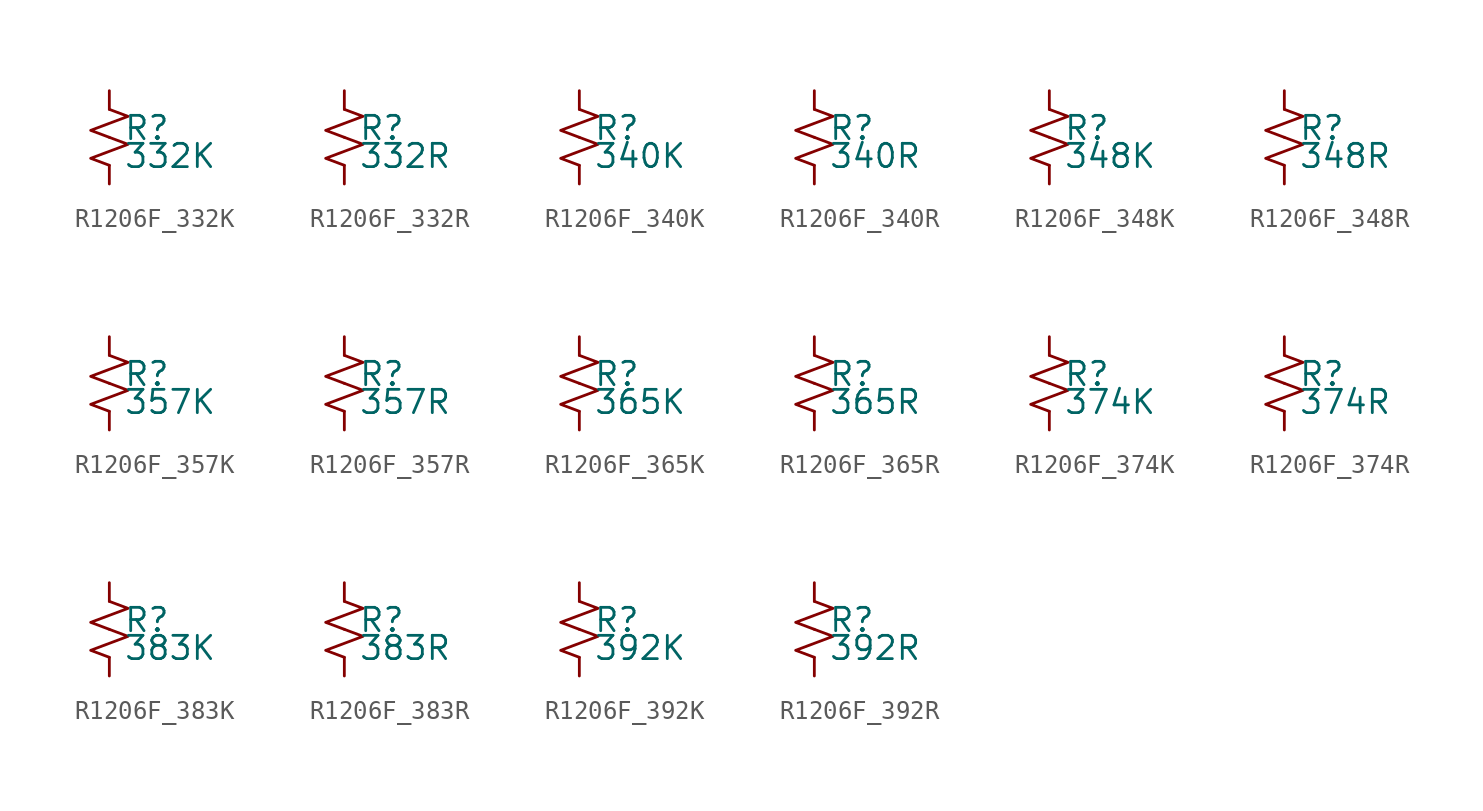
<source format=kicad_sym>
(kicad_symbol_lib
  (version 20220914)
  (generator kicad_symbol_editor)
  (symbol "R1206F_332K"
    (pin_numbers hide)
    (pin_names
      (offset 0.254) hide)
    (property "Reference" "R"
      (at 0.762 0.508 0)
      (effects (font (size 1.27 1.27)) (justify left)))
    (property "Value" "332K"
      (at 0.762 -1.016 0)
      (effects (font (size 1.27 1.27)) (justify left)))
    (symbol "R1206F_332K_1_1"
      (polyline (pts (xy 0 0) (xy 1.016 -0.381) (xy 0 -0.762) (xy -1.016 -1.143) (xy 0 -1.524)) (stroke (width 0) (type default)) (fill (type none)))
      (polyline (pts (xy 0 1.524) (xy 1.016 1.143) (xy 0 0.762) (xy -1.016 0.381) (xy 0 0)) (stroke (width 0) (type default)) (fill (type none)))
      (pin passive line (at 0 2.54 270) (length 1.016) (name "~" (effects (font (size 1.27 1.27)))) (number "1" (effects (font (size 1.27 1.27)))))
      (pin passive line (at 0 -2.54 90) (length 1.016) (name "~" (effects (font (size 1.27 1.27)))) (number "2" (effects (font (size 1.27 1.27)))))))
  (symbol "R1206F_332R"
    (pin_numbers hide)
    (pin_names
      (offset 0.254) hide)
    (property "Reference" "R"
      (at 0.762 0.508 0)
      (effects (font (size 1.27 1.27)) (justify left)))
    (property "Value" "332R"
      (at 0.762 -1.016 0)
      (effects (font (size 1.27 1.27)) (justify left)))
    (symbol "R1206F_332R_1_1"
      (polyline (pts (xy 0 0) (xy 1.016 -0.381) (xy 0 -0.762) (xy -1.016 -1.143) (xy 0 -1.524)) (stroke (width 0) (type default)) (fill (type none)))
      (polyline (pts (xy 0 1.524) (xy 1.016 1.143) (xy 0 0.762) (xy -1.016 0.381) (xy 0 0)) (stroke (width 0) (type default)) (fill (type none)))
      (pin passive line (at 0 2.54 270) (length 1.016) (name "~" (effects (font (size 1.27 1.27)))) (number "1" (effects (font (size 1.27 1.27)))))
      (pin passive line (at 0 -2.54 90) (length 1.016) (name "~" (effects (font (size 1.27 1.27)))) (number "2" (effects (font (size 1.27 1.27)))))))
  (symbol "R1206F_340K"
    (pin_numbers hide)
    (pin_names
      (offset 0.254) hide)
    (property "Reference" "R"
      (at 0.762 0.508 0)
      (effects (font (size 1.27 1.27)) (justify left)))
    (property "Value" "340K"
      (at 0.762 -1.016 0)
      (effects (font (size 1.27 1.27)) (justify left)))
    (symbol "R1206F_340K_1_1"
      (polyline (pts (xy 0 0) (xy 1.016 -0.381) (xy 0 -0.762) (xy -1.016 -1.143) (xy 0 -1.524)) (stroke (width 0) (type default)) (fill (type none)))
      (polyline (pts (xy 0 1.524) (xy 1.016 1.143) (xy 0 0.762) (xy -1.016 0.381) (xy 0 0)) (stroke (width 0) (type default)) (fill (type none)))
      (pin passive line (at 0 2.54 270) (length 1.016) (name "~" (effects (font (size 1.27 1.27)))) (number "1" (effects (font (size 1.27 1.27)))))
      (pin passive line (at 0 -2.54 90) (length 1.016) (name "~" (effects (font (size 1.27 1.27)))) (number "2" (effects (font (size 1.27 1.27)))))))
  (symbol "R1206F_340R"
    (pin_numbers hide)
    (pin_names
      (offset 0.254) hide)
    (property "Reference" "R"
      (at 0.762 0.508 0)
      (effects (font (size 1.27 1.27)) (justify left)))
    (property "Value" "340R"
      (at 0.762 -1.016 0)
      (effects (font (size 1.27 1.27)) (justify left)))
    (symbol "R1206F_340R_1_1"
      (polyline (pts (xy 0 0) (xy 1.016 -0.381) (xy 0 -0.762) (xy -1.016 -1.143) (xy 0 -1.524)) (stroke (width 0) (type default)) (fill (type none)))
      (polyline (pts (xy 0 1.524) (xy 1.016 1.143) (xy 0 0.762) (xy -1.016 0.381) (xy 0 0)) (stroke (width 0) (type default)) (fill (type none)))
      (pin passive line (at 0 2.54 270) (length 1.016) (name "~" (effects (font (size 1.27 1.27)))) (number "1" (effects (font (size 1.27 1.27)))))
      (pin passive line (at 0 -2.54 90) (length 1.016) (name "~" (effects (font (size 1.27 1.27)))) (number "2" (effects (font (size 1.27 1.27)))))))
  (symbol "R1206F_348K"
    (pin_numbers hide)
    (pin_names
      (offset 0.254) hide)
    (property "Reference" "R"
      (at 0.762 0.508 0)
      (effects (font (size 1.27 1.27)) (justify left)))
    (property "Value" "348K"
      (at 0.762 -1.016 0)
      (effects (font (size 1.27 1.27)) (justify left)))
    (symbol "R1206F_348K_1_1"
      (polyline (pts (xy 0 0) (xy 1.016 -0.381) (xy 0 -0.762) (xy -1.016 -1.143) (xy 0 -1.524)) (stroke (width 0) (type default)) (fill (type none)))
      (polyline (pts (xy 0 1.524) (xy 1.016 1.143) (xy 0 0.762) (xy -1.016 0.381) (xy 0 0)) (stroke (width 0) (type default)) (fill (type none)))
      (pin passive line (at 0 2.54 270) (length 1.016) (name "~" (effects (font (size 1.27 1.27)))) (number "1" (effects (font (size 1.27 1.27)))))
      (pin passive line (at 0 -2.54 90) (length 1.016) (name "~" (effects (font (size 1.27 1.27)))) (number "2" (effects (font (size 1.27 1.27)))))))
  (symbol "R1206F_348R"
    (pin_numbers hide)
    (pin_names
      (offset 0.254) hide)
    (property "Reference" "R"
      (at 0.762 0.508 0)
      (effects (font (size 1.27 1.27)) (justify left)))
    (property "Value" "348R"
      (at 0.762 -1.016 0)
      (effects (font (size 1.27 1.27)) (justify left)))
    (symbol "R1206F_348R_1_1"
      (polyline (pts (xy 0 0) (xy 1.016 -0.381) (xy 0 -0.762) (xy -1.016 -1.143) (xy 0 -1.524)) (stroke (width 0) (type default)) (fill (type none)))
      (polyline (pts (xy 0 1.524) (xy 1.016 1.143) (xy 0 0.762) (xy -1.016 0.381) (xy 0 0)) (stroke (width 0) (type default)) (fill (type none)))
      (pin passive line (at 0 2.54 270) (length 1.016) (name "~" (effects (font (size 1.27 1.27)))) (number "1" (effects (font (size 1.27 1.27)))))
      (pin passive line (at 0 -2.54 90) (length 1.016) (name "~" (effects (font (size 1.27 1.27)))) (number "2" (effects (font (size 1.27 1.27)))))))
  (symbol "R1206F_357K"
    (pin_numbers hide)
    (pin_names
      (offset 0.254) hide)
    (property "Reference" "R"
      (at 0.762 0.508 0)
      (effects (font (size 1.27 1.27)) (justify left)))
    (property "Value" "357K"
      (at 0.762 -1.016 0)
      (effects (font (size 1.27 1.27)) (justify left)))
    (symbol "R1206F_357K_1_1"
      (polyline (pts (xy 0 0) (xy 1.016 -0.381) (xy 0 -0.762) (xy -1.016 -1.143) (xy 0 -1.524)) (stroke (width 0) (type default)) (fill (type none)))
      (polyline (pts (xy 0 1.524) (xy 1.016 1.143) (xy 0 0.762) (xy -1.016 0.381) (xy 0 0)) (stroke (width 0) (type default)) (fill (type none)))
      (pin passive line (at 0 2.54 270) (length 1.016) (name "~" (effects (font (size 1.27 1.27)))) (number "1" (effects (font (size 1.27 1.27)))))
      (pin passive line (at 0 -2.54 90) (length 1.016) (name "~" (effects (font (size 1.27 1.27)))) (number "2" (effects (font (size 1.27 1.27)))))))
  (symbol "R1206F_357R"
    (pin_numbers hide)
    (pin_names
      (offset 0.254) hide)
    (property "Reference" "R"
      (at 0.762 0.508 0)
      (effects (font (size 1.27 1.27)) (justify left)))
    (property "Value" "357R"
      (at 0.762 -1.016 0)
      (effects (font (size 1.27 1.27)) (justify left)))
    (symbol "R1206F_357R_1_1"
      (polyline (pts (xy 0 0) (xy 1.016 -0.381) (xy 0 -0.762) (xy -1.016 -1.143) (xy 0 -1.524)) (stroke (width 0) (type default)) (fill (type none)))
      (polyline (pts (xy 0 1.524) (xy 1.016 1.143) (xy 0 0.762) (xy -1.016 0.381) (xy 0 0)) (stroke (width 0) (type default)) (fill (type none)))
      (pin passive line (at 0 2.54 270) (length 1.016) (name "~" (effects (font (size 1.27 1.27)))) (number "1" (effects (font (size 1.27 1.27)))))
      (pin passive line (at 0 -2.54 90) (length 1.016) (name "~" (effects (font (size 1.27 1.27)))) (number "2" (effects (font (size 1.27 1.27)))))))
  (symbol "R1206F_365K"
    (pin_numbers hide)
    (pin_names
      (offset 0.254) hide)
    (property "Reference" "R"
      (at 0.762 0.508 0)
      (effects (font (size 1.27 1.27)) (justify left)))
    (property "Value" "365K"
      (at 0.762 -1.016 0)
      (effects (font (size 1.27 1.27)) (justify left)))
    (symbol "R1206F_365K_1_1"
      (polyline (pts (xy 0 0) (xy 1.016 -0.381) (xy 0 -0.762) (xy -1.016 -1.143) (xy 0 -1.524)) (stroke (width 0) (type default)) (fill (type none)))
      (polyline (pts (xy 0 1.524) (xy 1.016 1.143) (xy 0 0.762) (xy -1.016 0.381) (xy 0 0)) (stroke (width 0) (type default)) (fill (type none)))
      (pin passive line (at 0 2.54 270) (length 1.016) (name "~" (effects (font (size 1.27 1.27)))) (number "1" (effects (font (size 1.27 1.27)))))
      (pin passive line (at 0 -2.54 90) (length 1.016) (name "~" (effects (font (size 1.27 1.27)))) (number "2" (effects (font (size 1.27 1.27)))))))
  (symbol "R1206F_365R"
    (pin_numbers hide)
    (pin_names
      (offset 0.254) hide)
    (property "Reference" "R"
      (at 0.762 0.508 0)
      (effects (font (size 1.27 1.27)) (justify left)))
    (property "Value" "365R"
      (at 0.762 -1.016 0)
      (effects (font (size 1.27 1.27)) (justify left)))
    (symbol "R1206F_365R_1_1"
      (polyline (pts (xy 0 0) (xy 1.016 -0.381) (xy 0 -0.762) (xy -1.016 -1.143) (xy 0 -1.524)) (stroke (width 0) (type default)) (fill (type none)))
      (polyline (pts (xy 0 1.524) (xy 1.016 1.143) (xy 0 0.762) (xy -1.016 0.381) (xy 0 0)) (stroke (width 0) (type default)) (fill (type none)))
      (pin passive line (at 0 2.54 270) (length 1.016) (name "~" (effects (font (size 1.27 1.27)))) (number "1" (effects (font (size 1.27 1.27)))))
      (pin passive line (at 0 -2.54 90) (length 1.016) (name "~" (effects (font (size 1.27 1.27)))) (number "2" (effects (font (size 1.27 1.27)))))))
  (symbol "R1206F_374K"
    (pin_numbers hide)
    (pin_names
      (offset 0.254) hide)
    (property "Reference" "R"
      (at 0.762 0.508 0)
      (effects (font (size 1.27 1.27)) (justify left)))
    (property "Value" "374K"
      (at 0.762 -1.016 0)
      (effects (font (size 1.27 1.27)) (justify left)))
    (symbol "R1206F_374K_1_1"
      (polyline (pts (xy 0 0) (xy 1.016 -0.381) (xy 0 -0.762) (xy -1.016 -1.143) (xy 0 -1.524)) (stroke (width 0) (type default)) (fill (type none)))
      (polyline (pts (xy 0 1.524) (xy 1.016 1.143) (xy 0 0.762) (xy -1.016 0.381) (xy 0 0)) (stroke (width 0) (type default)) (fill (type none)))
      (pin passive line (at 0 2.54 270) (length 1.016) (name "~" (effects (font (size 1.27 1.27)))) (number "1" (effects (font (size 1.27 1.27)))))
      (pin passive line (at 0 -2.54 90) (length 1.016) (name "~" (effects (font (size 1.27 1.27)))) (number "2" (effects (font (size 1.27 1.27)))))))
  (symbol "R1206F_374R"
    (pin_numbers hide)
    (pin_names
      (offset 0.254) hide)
    (property "Reference" "R"
      (at 0.762 0.508 0)
      (effects (font (size 1.27 1.27)) (justify left)))
    (property "Value" "374R"
      (at 0.762 -1.016 0)
      (effects (font (size 1.27 1.27)) (justify left)))
    (symbol "R1206F_374R_1_1"
      (polyline (pts (xy 0 0) (xy 1.016 -0.381) (xy 0 -0.762) (xy -1.016 -1.143) (xy 0 -1.524)) (stroke (width 0) (type default)) (fill (type none)))
      (polyline (pts (xy 0 1.524) (xy 1.016 1.143) (xy 0 0.762) (xy -1.016 0.381) (xy 0 0)) (stroke (width 0) (type default)) (fill (type none)))
      (pin passive line (at 0 2.54 270) (length 1.016) (name "~" (effects (font (size 1.27 1.27)))) (number "1" (effects (font (size 1.27 1.27)))))
      (pin passive line (at 0 -2.54 90) (length 1.016) (name "~" (effects (font (size 1.27 1.27)))) (number "2" (effects (font (size 1.27 1.27)))))))
  (symbol "R1206F_383K"
    (pin_numbers hide)
    (pin_names
      (offset 0.254) hide)
    (property "Reference" "R"
      (at 0.762 0.508 0)
      (effects (font (size 1.27 1.27)) (justify left)))
    (property "Value" "383K"
      (at 0.762 -1.016 0)
      (effects (font (size 1.27 1.27)) (justify left)))
    (symbol "R1206F_383K_1_1"
      (polyline (pts (xy 0 0) (xy 1.016 -0.381) (xy 0 -0.762) (xy -1.016 -1.143) (xy 0 -1.524)) (stroke (width 0) (type default)) (fill (type none)))
      (polyline (pts (xy 0 1.524) (xy 1.016 1.143) (xy 0 0.762) (xy -1.016 0.381) (xy 0 0)) (stroke (width 0) (type default)) (fill (type none)))
      (pin passive line (at 0 2.54 270) (length 1.016) (name "~" (effects (font (size 1.27 1.27)))) (number "1" (effects (font (size 1.27 1.27)))))
      (pin passive line (at 0 -2.54 90) (length 1.016) (name "~" (effects (font (size 1.27 1.27)))) (number "2" (effects (font (size 1.27 1.27)))))))
  (symbol "R1206F_383R"
    (pin_numbers hide)
    (pin_names
      (offset 0.254) hide)
    (property "Reference" "R"
      (at 0.762 0.508 0)
      (effects (font (size 1.27 1.27)) (justify left)))
    (property "Value" "383R"
      (at 0.762 -1.016 0)
      (effects (font (size 1.27 1.27)) (justify left)))
    (symbol "R1206F_383R_1_1"
      (polyline (pts (xy 0 0) (xy 1.016 -0.381) (xy 0 -0.762) (xy -1.016 -1.143) (xy 0 -1.524)) (stroke (width 0) (type default)) (fill (type none)))
      (polyline (pts (xy 0 1.524) (xy 1.016 1.143) (xy 0 0.762) (xy -1.016 0.381) (xy 0 0)) (stroke (width 0) (type default)) (fill (type none)))
      (pin passive line (at 0 2.54 270) (length 1.016) (name "~" (effects (font (size 1.27 1.27)))) (number "1" (effects (font (size 1.27 1.27)))))
      (pin passive line (at 0 -2.54 90) (length 1.016) (name "~" (effects (font (size 1.27 1.27)))) (number "2" (effects (font (size 1.27 1.27)))))))
  (symbol "R1206F_392K"
    (pin_numbers hide)
    (pin_names
      (offset 0.254) hide)
    (property "Reference" "R"
      (at 0.762 0.508 0)
      (effects (font (size 1.27 1.27)) (justify left)))
    (property "Value" "392K"
      (at 0.762 -1.016 0)
      (effects (font (size 1.27 1.27)) (justify left)))
    (symbol "R1206F_392K_1_1"
      (polyline (pts (xy 0 0) (xy 1.016 -0.381) (xy 0 -0.762) (xy -1.016 -1.143) (xy 0 -1.524)) (stroke (width 0) (type default)) (fill (type none)))
      (polyline (pts (xy 0 1.524) (xy 1.016 1.143) (xy 0 0.762) (xy -1.016 0.381) (xy 0 0)) (stroke (width 0) (type default)) (fill (type none)))
      (pin passive line (at 0 2.54 270) (length 1.016) (name "~" (effects (font (size 1.27 1.27)))) (number "1" (effects (font (size 1.27 1.27)))))
      (pin passive line (at 0 -2.54 90) (length 1.016) (name "~" (effects (font (size 1.27 1.27)))) (number "2" (effects (font (size 1.27 1.27)))))))
  (symbol "R1206F_392R"
    (pin_numbers hide)
    (pin_names
      (offset 0.254) hide)
    (property "Reference" "R"
      (at 0.762 0.508 0)
      (effects (font (size 1.27 1.27)) (justify left)))
    (property "Value" "392R"
      (at 0.762 -1.016 0)
      (effects (font (size 1.27 1.27)) (justify left)))
    (symbol "R1206F_392R_1_1"
      (polyline (pts (xy 0 0) (xy 1.016 -0.381) (xy 0 -0.762) (xy -1.016 -1.143) (xy 0 -1.524)) (stroke (width 0) (type default)) (fill (type none)))
      (polyline (pts (xy 0 1.524) (xy 1.016 1.143) (xy 0 0.762) (xy -1.016 0.381) (xy 0 0)) (stroke (width 0) (type default)) (fill (type none)))
      (pin passive line (at 0 2.54 270) (length 1.016) (name "~" (effects (font (size 1.27 1.27)))) (number "1" (effects (font (size 1.27 1.27)))))
      (pin passive line (at 0 -2.54 90) (length 1.016) (name "~" (effects (font (size 1.27 1.27)))) (number "2" (effects (font (size 1.27 1.27))))))))
</source>
